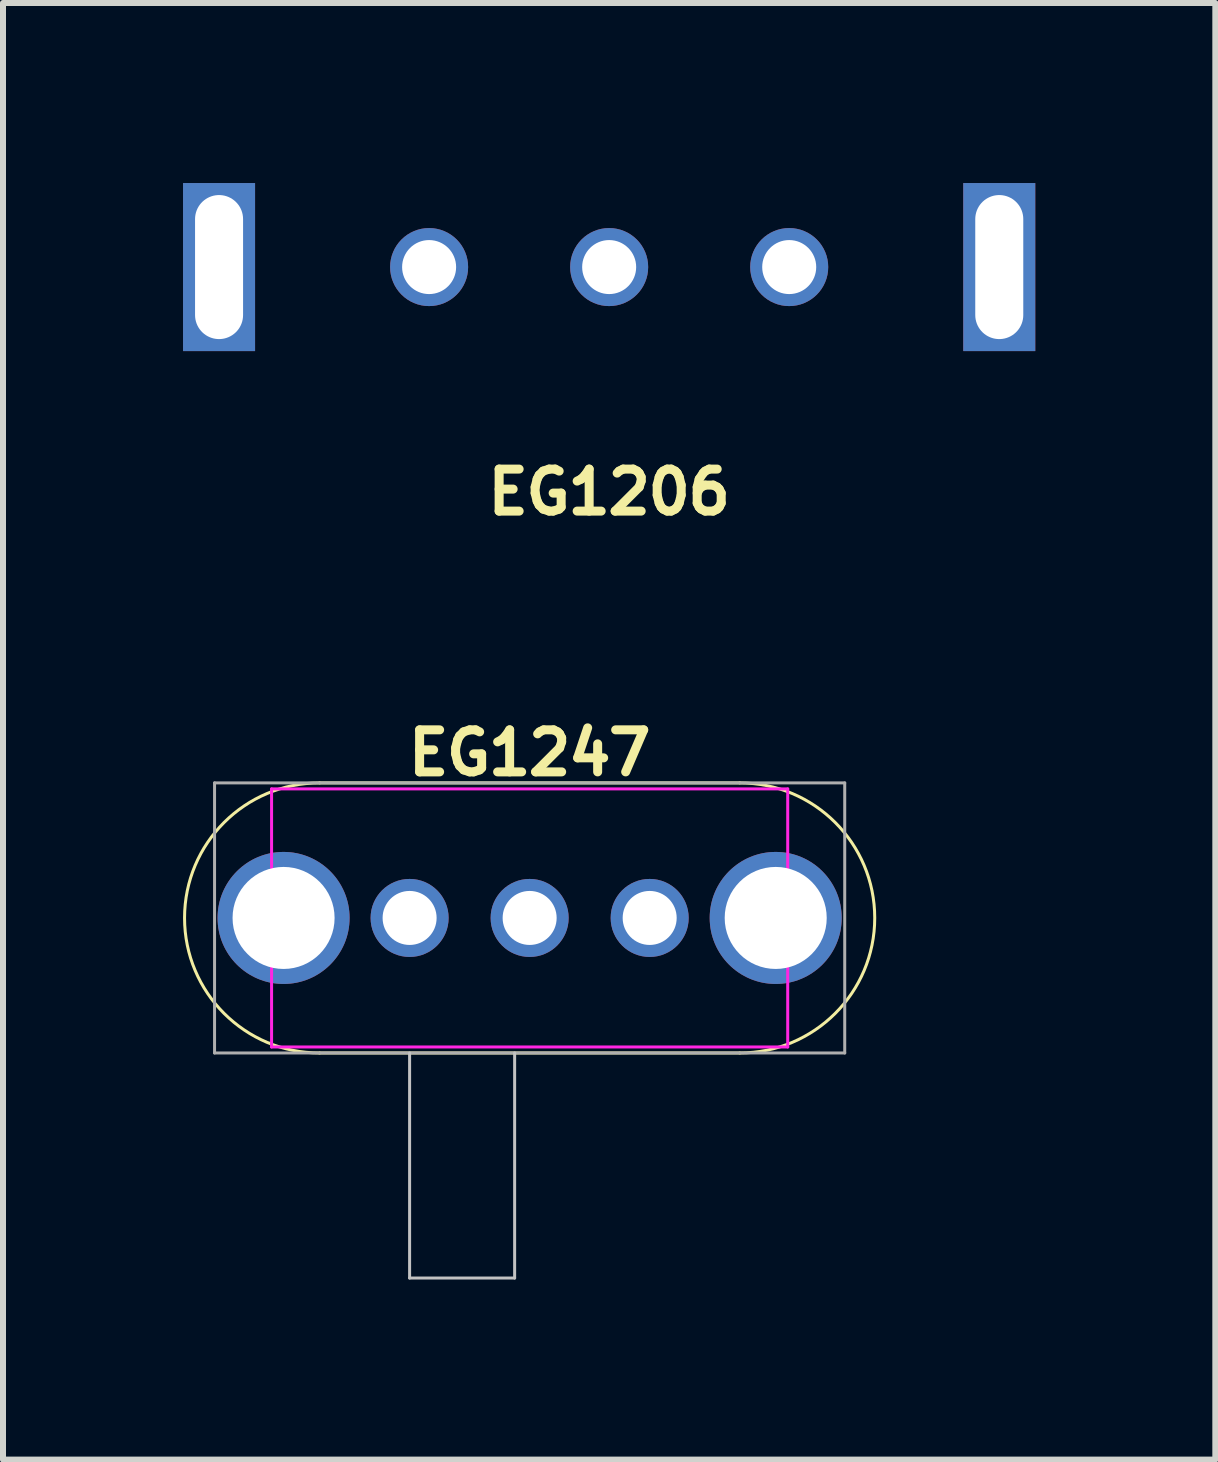
<source format=kicad_pcb>
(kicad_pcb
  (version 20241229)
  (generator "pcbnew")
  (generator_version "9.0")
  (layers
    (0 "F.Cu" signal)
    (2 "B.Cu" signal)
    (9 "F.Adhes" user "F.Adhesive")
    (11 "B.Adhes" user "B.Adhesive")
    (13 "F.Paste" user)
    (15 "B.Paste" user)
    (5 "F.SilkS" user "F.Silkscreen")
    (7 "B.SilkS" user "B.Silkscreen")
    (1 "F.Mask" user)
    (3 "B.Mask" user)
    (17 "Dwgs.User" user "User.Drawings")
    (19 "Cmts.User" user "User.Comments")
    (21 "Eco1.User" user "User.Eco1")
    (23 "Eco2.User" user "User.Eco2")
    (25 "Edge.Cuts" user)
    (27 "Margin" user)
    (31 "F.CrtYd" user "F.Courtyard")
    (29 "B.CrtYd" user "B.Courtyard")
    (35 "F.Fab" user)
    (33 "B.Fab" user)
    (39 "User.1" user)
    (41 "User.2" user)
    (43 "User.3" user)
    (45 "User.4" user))
  (footprint "EG1247"
    (layer "F.Cu")
    (at 5.775 12.245)
    (property "Reference" "EG1247" (at 0 -2.75 0) (layer "F.SilkS") (effects (font (size 0.7 0.7) (thickness 0.15))))
    (attr through_hole)
    (fp_line (start -3.5 -2.25) (end 3.5 -2.25) (stroke (width 0.05) (type solid)) (layer "F.SilkS"))
    (fp_line (start -3.5 2.25) (end 3.5 2.25) (stroke (width 0.05) (type solid)) (layer "F.SilkS"))
    (fp_arc (start -3.5 2.25) (mid -5.75 0) (end -3.5 -2.25) (stroke (width 0.05) (type solid)) (layer "F.SilkS"))
    (fp_arc (start 3.5 -2.25) (mid 5.75 0) (end 3.5 2.25) (stroke (width 0.05) (type solid)) (layer "F.SilkS"))
    (fp_line (start -2 2.25) (end -2 6) (stroke (width 0.05) (type solid)) (layer "Dwgs.User"))
    (fp_line (start -2 6) (end -0.25 6) (stroke (width 0.05) (type solid)) (layer "Dwgs.User"))
    (fp_line (start -0.25 6) (end -0.25 2.25) (stroke (width 0.05) (type solid)) (layer "Dwgs.User"))
    (fp_line (start -4.3 -2.15) (end -4.3 2.15) (stroke (width 0.05) (type solid)) (layer "F.CrtYd"))
    (fp_line (start 4.3 -2.15) (end -4.3 -2.15) (stroke (width 0.05) (type solid)) (layer "F.CrtYd"))
    (fp_line (start 4.3 -2.15) (end 4.3 2.15) (stroke (width 0.05) (type solid)) (layer "F.CrtYd"))
    (fp_line (start 4.3 2.15) (end -4.3 2.15) (stroke (width 0.05) (type solid)) (layer "F.CrtYd"))
    (fp_line (start -5.25 -2.25) (end 5.25 -2.25) (stroke (width 0.05) (type solid)) (layer "F.Fab"))
    (fp_line (start -5.25 2.25) (end -5.25 -2.25) (stroke (width 0.05) (type solid)) (layer "F.Fab"))
    (fp_line (start 5.25 -2.25) (end 5.25 2.25) (stroke (width 0.05) (type solid)) (layer "F.Fab"))
    (fp_line (start 5.25 2.25) (end -5.25 2.25) (stroke (width 0.05) (type solid)) (layer "F.Fab"))
    (pad "" thru_hole circle (at -4.1 0) (size 2.2 2.2) (drill 1.7) (layers "*.Cu" "*.Mask"))
    (pad "" thru_hole circle (at 4.1 0) (size 2.2 2.2) (drill 1.7) (layers "*.Cu" "*.Mask"))
    (pad "1" thru_hole circle (at -2 0) (size 1.3 1.3) (drill 0.9) (layers "*.Cu" "*.Mask"))
    (pad "2" thru_hole circle (at 0 0) (size 1.3 1.3) (drill 0.9) (layers "*.Cu" "*.Mask"))
    (pad "3" thru_hole circle (at 2 0) (size 1.3 1.3) (drill 0.9) (layers "*.Cu" "*.Mask")))
  (footprint "EG1206"
    (layer "F.Cu")
    (at 7.1 1.4)
    (property "Reference" "EG1206" (at 0 3.75 0) (layer "F.SilkS") (effects (font (size 0.7 0.7) (thickness 0.15))))
    (attr through_hole)
    (pad "" thru_hole rect (at -6.5 0 180) (size 1.2 2.8) (drill oval 0.8 2.4) (layers "*.Cu" "*.Mask"))
    (pad "" thru_hole rect (at 6.5 0) (size 1.2 2.8) (drill oval 0.8 2.4) (layers "*.Cu" "*.Mask"))
    (pad "1" thru_hole circle (at -3 0 180) (size 1.3 1.3) (drill 0.9) (layers "*.Cu" "*.Mask"))
    (pad "2" thru_hole circle (at 0 0 180) (size 1.3 1.3) (drill 0.9) (layers "*.Cu" "*.Mask"))
    (pad "3" thru_hole circle (at 3 0 180) (size 1.3 1.3) (drill 0.9) (layers "*.Cu" "*.Mask")))
  (gr_rect
    (start -3 -3)
    (end 17.2 21.27)
    (stroke (width 0.1) (type default))
    (fill no)
    (layer "Edge.Cuts")))
</source>
